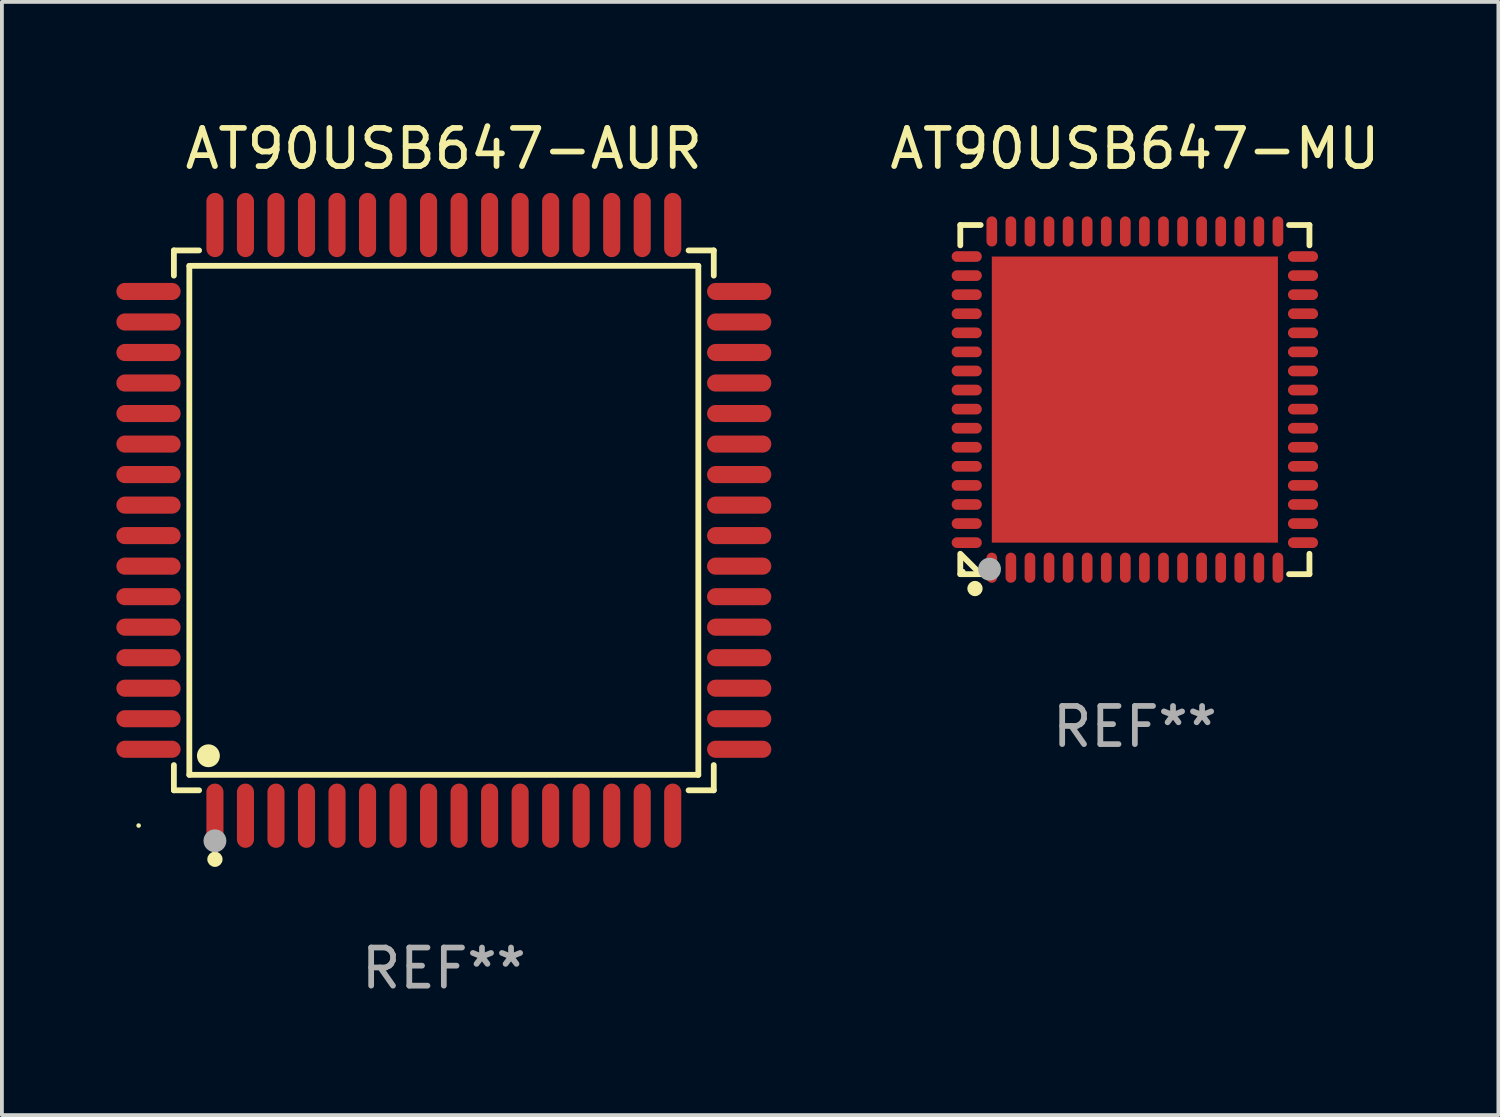
<source format=kicad_pcb>
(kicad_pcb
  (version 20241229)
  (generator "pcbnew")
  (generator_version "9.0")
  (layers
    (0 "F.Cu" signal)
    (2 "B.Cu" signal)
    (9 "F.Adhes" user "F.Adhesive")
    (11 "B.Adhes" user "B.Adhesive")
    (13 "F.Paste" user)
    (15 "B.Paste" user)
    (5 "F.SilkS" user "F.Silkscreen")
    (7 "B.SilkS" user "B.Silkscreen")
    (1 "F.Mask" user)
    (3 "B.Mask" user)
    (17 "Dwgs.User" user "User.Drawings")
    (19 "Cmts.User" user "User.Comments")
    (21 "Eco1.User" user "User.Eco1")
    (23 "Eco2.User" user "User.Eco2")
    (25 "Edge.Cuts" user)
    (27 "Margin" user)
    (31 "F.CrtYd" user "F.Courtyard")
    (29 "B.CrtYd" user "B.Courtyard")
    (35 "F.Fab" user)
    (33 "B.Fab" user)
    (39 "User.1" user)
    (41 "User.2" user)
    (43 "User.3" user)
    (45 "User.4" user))
  (footprint "AT90USB647-MU"
    (layer "F.Cu")
    (at 26.698 7.424)
    (property "Reference" "AT90USB647-MU" (at 0 -6.576 0) (layer "F.SilkS") (effects (font (size 1 1) (thickness 0.15))))
    (attr through_hole)
    (fp_line (start -4.576 -4.576) (end -4.576 -4.042) (stroke (width 0.152) (type solid)) (layer "F.SilkS"))
    (fp_line (start -4.576 4.576) (end -4.576 4.042) (stroke (width 0.152) (type solid)) (layer "F.SilkS"))
    (fp_line (start -4.069 4.549) (end -4.549 4.069) (stroke (width 0.152) (type solid)) (layer "F.SilkS"))
    (fp_line (start -4.042 -4.576) (end -4.576 -4.576) (stroke (width 0.152) (type solid)) (layer "F.SilkS"))
    (fp_line (start -4.042 4.576) (end -4.576 4.576) (stroke (width 0.152) (type solid)) (layer "F.SilkS"))
    (fp_line (start 4.042 -4.576) (end 4.576 -4.576) (stroke (width 0.152) (type solid)) (layer "F.SilkS"))
    (fp_line (start 4.042 4.576) (end 4.576 4.576) (stroke (width 0.152) (type solid)) (layer "F.SilkS"))
    (fp_line (start 4.576 -4.576) (end 4.576 -4.042) (stroke (width 0.152) (type solid)) (layer "F.SilkS"))
    (fp_line (start 4.576 4.576) (end 4.576 4.042) (stroke (width 0.152) (type solid)) (layer "F.SilkS"))
    (fp_circle (center -4.5 4.5) (end -4.47 4.5) (stroke (width 0.06) (type solid)) (fill no) (layer "F.SilkS"))
    (fp_circle (center -4.191 4.953) (end -4.091 4.953) (stroke (width 0.2) (type solid)) (fill no) (layer "F.SilkS"))
    (fp_circle (center -3.81 4.445) (end -3.66 4.445) (stroke (width 0.3) (type solid)) (fill no) (layer "F.Fab"))
    (fp_text user "REF**" (at 0 8.576 0) (layer "F.Fab") (effects (font (size 1 1) (thickness 0.15))))
    (pad "1" smd oval (at -3.75 4.407) (size 0.28 0.79) (layers "F.Cu" "F.Mask" "F.Paste"))
    (pad "2" smd oval (at -3.25 4.407) (size 0.28 0.79) (layers "F.Cu" "F.Mask" "F.Paste"))
    (pad "3" smd oval (at -2.75 4.407) (size 0.28 0.79) (layers "F.Cu" "F.Mask" "F.Paste"))
    (pad "4" smd oval (at -2.25 4.407) (size 0.28 0.79) (layers "F.Cu" "F.Mask" "F.Paste"))
    (pad "5" smd oval (at -1.75 4.407) (size 0.28 0.79) (layers "F.Cu" "F.Mask" "F.Paste"))
    (pad "6" smd oval (at -1.25 4.407) (size 0.28 0.79) (layers "F.Cu" "F.Mask" "F.Paste"))
    (pad "7" smd oval (at -0.75 4.407) (size 0.28 0.79) (layers "F.Cu" "F.Mask" "F.Paste"))
    (pad "8" smd oval (at -0.25 4.407) (size 0.28 0.79) (layers "F.Cu" "F.Mask" "F.Paste"))
    (pad "9" smd oval (at 0.25 4.407) (size 0.28 0.79) (layers "F.Cu" "F.Mask" "F.Paste"))
    (pad "10" smd oval (at 0.75 4.407) (size 0.28 0.79) (layers "F.Cu" "F.Mask" "F.Paste"))
    (pad "11" smd oval (at 1.25 4.407) (size 0.28 0.79) (layers "F.Cu" "F.Mask" "F.Paste"))
    (pad "12" smd oval (at 1.75 4.407) (size 0.28 0.79) (layers "F.Cu" "F.Mask" "F.Paste"))
    (pad "13" smd oval (at 2.25 4.407) (size 0.28 0.79) (layers "F.Cu" "F.Mask" "F.Paste"))
    (pad "14" smd oval (at 2.75 4.407) (size 0.28 0.79) (layers "F.Cu" "F.Mask" "F.Paste"))
    (pad "15" smd oval (at 3.25 4.407) (size 0.28 0.79) (layers "F.Cu" "F.Mask" "F.Paste"))
    (pad "16" smd oval (at 3.75 4.407) (size 0.28 0.79) (layers "F.Cu" "F.Mask" "F.Paste"))
    (pad "17" smd oval (at 4.407 3.75) (size 0.79 0.28) (layers "F.Cu" "F.Mask" "F.Paste"))
    (pad "18" smd oval (at 4.407 3.25) (size 0.79 0.28) (layers "F.Cu" "F.Mask" "F.Paste"))
    (pad "19" smd oval (at 4.407 2.75) (size 0.79 0.28) (layers "F.Cu" "F.Mask" "F.Paste"))
    (pad "20" smd oval (at 4.407 2.25) (size 0.79 0.28) (layers "F.Cu" "F.Mask" "F.Paste"))
    (pad "21" smd oval (at 4.407 1.75) (size 0.79 0.28) (layers "F.Cu" "F.Mask" "F.Paste"))
    (pad "22" smd oval (at 4.407 1.25) (size 0.79 0.28) (layers "F.Cu" "F.Mask" "F.Paste"))
    (pad "23" smd oval (at 4.407 0.75) (size 0.79 0.28) (layers "F.Cu" "F.Mask" "F.Paste"))
    (pad "24" smd oval (at 4.407 0.25) (size 0.79 0.28) (layers "F.Cu" "F.Mask" "F.Paste"))
    (pad "25" smd oval (at 4.407 -0.25) (size 0.79 0.28) (layers "F.Cu" "F.Mask" "F.Paste"))
    (pad "26" smd oval (at 4.407 -0.75) (size 0.79 0.28) (layers "F.Cu" "F.Mask" "F.Paste"))
    (pad "27" smd oval (at 4.407 -1.25) (size 0.79 0.28) (layers "F.Cu" "F.Mask" "F.Paste"))
    (pad "28" smd oval (at 4.407 -1.75) (size 0.79 0.28) (layers "F.Cu" "F.Mask" "F.Paste"))
    (pad "29" smd oval (at 4.407 -2.25) (size 0.79 0.28) (layers "F.Cu" "F.Mask" "F.Paste"))
    (pad "30" smd oval (at 4.407 -2.75) (size 0.79 0.28) (layers "F.Cu" "F.Mask" "F.Paste"))
    (pad "31" smd oval (at 4.407 -3.25) (size 0.79 0.28) (layers "F.Cu" "F.Mask" "F.Paste"))
    (pad "32" smd oval (at 4.407 -3.75) (size 0.79 0.28) (layers "F.Cu" "F.Mask" "F.Paste"))
    (pad "33" smd oval (at 3.75 -4.407) (size 0.28 0.79) (layers "F.Cu" "F.Mask" "F.Paste"))
    (pad "34" smd oval (at 3.25 -4.407) (size 0.28 0.79) (layers "F.Cu" "F.Mask" "F.Paste"))
    (pad "35" smd oval (at 2.75 -4.407) (size 0.28 0.79) (layers "F.Cu" "F.Mask" "F.Paste"))
    (pad "36" smd oval (at 2.25 -4.407) (size 0.28 0.79) (layers "F.Cu" "F.Mask" "F.Paste"))
    (pad "37" smd oval (at 1.75 -4.407) (size 0.28 0.79) (layers "F.Cu" "F.Mask" "F.Paste"))
    (pad "38" smd oval (at 1.25 -4.407) (size 0.28 0.79) (layers "F.Cu" "F.Mask" "F.Paste"))
    (pad "39" smd oval (at 0.75 -4.407) (size 0.28 0.79) (layers "F.Cu" "F.Mask" "F.Paste"))
    (pad "40" smd oval (at 0.25 -4.407) (size 0.28 0.79) (layers "F.Cu" "F.Mask" "F.Paste"))
    (pad "41" smd oval (at -0.25 -4.407) (size 0.28 0.79) (layers "F.Cu" "F.Mask" "F.Paste"))
    (pad "42" smd oval (at -0.75 -4.407) (size 0.28 0.79) (layers "F.Cu" "F.Mask" "F.Paste"))
    (pad "43" smd oval (at -1.25 -4.407) (size 0.28 0.79) (layers "F.Cu" "F.Mask" "F.Paste"))
    (pad "44" smd oval (at -1.75 -4.407) (size 0.28 0.79) (layers "F.Cu" "F.Mask" "F.Paste"))
    (pad "45" smd oval (at -2.25 -4.407) (size 0.28 0.79) (layers "F.Cu" "F.Mask" "F.Paste"))
    (pad "46" smd oval (at -2.75 -4.407) (size 0.28 0.79) (layers "F.Cu" "F.Mask" "F.Paste"))
    (pad "47" smd oval (at -3.25 -4.407) (size 0.28 0.79) (layers "F.Cu" "F.Mask" "F.Paste"))
    (pad "48" smd oval (at -3.75 -4.407) (size 0.28 0.79) (layers "F.Cu" "F.Mask" "F.Paste"))
    (pad "49" smd oval (at -4.407 -3.75) (size 0.79 0.28) (layers "F.Cu" "F.Mask" "F.Paste"))
    (pad "50" smd oval (at -4.407 -3.25) (size 0.79 0.28) (layers "F.Cu" "F.Mask" "F.Paste"))
    (pad "51" smd oval (at -4.407 -2.75) (size 0.79 0.28) (layers "F.Cu" "F.Mask" "F.Paste"))
    (pad "52" smd oval (at -4.407 -2.25) (size 0.79 0.28) (layers "F.Cu" "F.Mask" "F.Paste"))
    (pad "53" smd oval (at -4.407 -1.75) (size 0.79 0.28) (layers "F.Cu" "F.Mask" "F.Paste"))
    (pad "54" smd oval (at -4.407 -1.25) (size 0.79 0.28) (layers "F.Cu" "F.Mask" "F.Paste"))
    (pad "55" smd oval (at -4.407 -0.75) (size 0.79 0.28) (layers "F.Cu" "F.Mask" "F.Paste"))
    (pad "56" smd oval (at -4.407 -0.25) (size 0.79 0.28) (layers "F.Cu" "F.Mask" "F.Paste"))
    (pad "57" smd oval (at -4.407 0.25) (size 0.79 0.28) (layers "F.Cu" "F.Mask" "F.Paste"))
    (pad "58" smd oval (at -4.407 0.75) (size 0.79 0.28) (layers "F.Cu" "F.Mask" "F.Paste"))
    (pad "59" smd oval (at -4.407 1.25) (size 0.79 0.28) (layers "F.Cu" "F.Mask" "F.Paste"))
    (pad "60" smd oval (at -4.407 1.75) (size 0.79 0.28) (layers "F.Cu" "F.Mask" "F.Paste"))
    (pad "61" smd oval (at -4.407 2.25) (size 0.79 0.28) (layers "F.Cu" "F.Mask" "F.Paste"))
    (pad "62" smd oval (at -4.407 2.75) (size 0.79 0.28) (layers "F.Cu" "F.Mask" "F.Paste"))
    (pad "63" smd oval (at -4.407 3.25) (size 0.79 0.28) (layers "F.Cu" "F.Mask" "F.Paste"))
    (pad "64" smd oval (at -4.407 3.75) (size 0.79 0.28) (layers "F.Cu" "F.Mask" "F.Paste"))
    (pad "65" smd rect (at 0 0) (size 7.5 7.5) (layers "F.Cu" "F.Mask" "F.Paste")))
  (footprint "AT90USB647-AUR"
    (layer "F.Cu")
    (at 8.584 10.59)
    (property "Reference" "AT90USB647-AUR" (at 0 -9.742 0) (layer "F.SilkS") (effects (font (size 1 1) (thickness 0.15))))
    (attr through_hole)
    (fp_line (start -7.076 -7.076) (end -6.415 -7.076) (stroke (width 0.152) (type solid)) (layer "F.SilkS"))
    (fp_line (start -7.076 -6.415) (end -7.076 -7.076) (stroke (width 0.152) (type solid)) (layer "F.SilkS"))
    (fp_line (start -7.076 6.415) (end -7.076 7.076) (stroke (width 0.152) (type solid)) (layer "F.SilkS"))
    (fp_line (start -7.076 7.076) (end -6.415 7.076) (stroke (width 0.152) (type solid)) (layer "F.SilkS"))
    (fp_line (start -6.671 -6.671) (end 6.671 -6.671) (stroke (width 0.152) (type solid)) (layer "F.SilkS"))
    (fp_line (start -6.671 6.671) (end -6.671 -6.671) (stroke (width 0.152) (type solid)) (layer "F.SilkS"))
    (fp_line (start 6.671 -6.671) (end 6.671 6.671) (stroke (width 0.152) (type solid)) (layer "F.SilkS"))
    (fp_line (start 6.671 6.671) (end -6.671 6.671) (stroke (width 0.152) (type solid)) (layer "F.SilkS"))
    (fp_line (start 7.076 -7.076) (end 6.415 -7.076) (stroke (width 0.152) (type solid)) (layer "F.SilkS"))
    (fp_line (start 7.076 -6.415) (end 7.076 -7.076) (stroke (width 0.152) (type solid)) (layer "F.SilkS"))
    (fp_line (start 7.076 6.415) (end 7.076 7.076) (stroke (width 0.152) (type solid)) (layer "F.SilkS"))
    (fp_line (start 7.076 7.076) (end 6.415 7.076) (stroke (width 0.152) (type solid)) (layer "F.SilkS"))
    (fp_circle (center -8 8) (end -7.97 8) (stroke (width 0.06) (type solid)) (fill no) (layer "F.SilkS"))
    (fp_circle (center -6.171 6.171) (end -6.021 6.171) (stroke (width 0.3) (type solid)) (fill no) (layer "F.SilkS"))
    (fp_circle (center -6 8.884) (end -5.9 8.884) (stroke (width 0.2) (type solid)) (fill no) (layer "F.SilkS"))
    (fp_circle (center -6 8.4) (end -5.85 8.4) (stroke (width 0.3) (type solid)) (fill no) (layer "F.Fab"))
    (fp_text user "REF**" (at 0 11.742 0) (layer "F.Fab") (effects (font (size 1 1) (thickness 0.15))))
    (pad "1" smd oval (at -6 7.742) (size 0.448 1.684) (layers "F.Cu" "F.Mask" "F.Paste"))
    (pad "2" smd oval (at -5.2 7.742) (size 0.448 1.684) (layers "F.Cu" "F.Mask" "F.Paste"))
    (pad "3" smd oval (at -4.4 7.742) (size 0.448 1.684) (layers "F.Cu" "F.Mask" "F.Paste"))
    (pad "4" smd oval (at -3.6 7.742) (size 0.448 1.684) (layers "F.Cu" "F.Mask" "F.Paste"))
    (pad "5" smd oval (at -2.8 7.742) (size 0.448 1.684) (layers "F.Cu" "F.Mask" "F.Paste"))
    (pad "6" smd oval (at -2 7.742) (size 0.448 1.684) (layers "F.Cu" "F.Mask" "F.Paste"))
    (pad "7" smd oval (at -1.2 7.742) (size 0.448 1.684) (layers "F.Cu" "F.Mask" "F.Paste"))
    (pad "8" smd oval (at -0.4 7.742) (size 0.448 1.684) (layers "F.Cu" "F.Mask" "F.Paste"))
    (pad "9" smd oval (at 0.4 7.742) (size 0.448 1.684) (layers "F.Cu" "F.Mask" "F.Paste"))
    (pad "10" smd oval (at 1.2 7.742) (size 0.448 1.684) (layers "F.Cu" "F.Mask" "F.Paste"))
    (pad "11" smd oval (at 2 7.742) (size 0.448 1.684) (layers "F.Cu" "F.Mask" "F.Paste"))
    (pad "12" smd oval (at 2.8 7.742) (size 0.448 1.684) (layers "F.Cu" "F.Mask" "F.Paste"))
    (pad "13" smd oval (at 3.6 7.742) (size 0.448 1.684) (layers "F.Cu" "F.Mask" "F.Paste"))
    (pad "14" smd oval (at 4.4 7.742) (size 0.448 1.684) (layers "F.Cu" "F.Mask" "F.Paste"))
    (pad "15" smd oval (at 5.2 7.742) (size 0.448 1.684) (layers "F.Cu" "F.Mask" "F.Paste"))
    (pad "16" smd oval (at 6 7.742) (size 0.448 1.684) (layers "F.Cu" "F.Mask" "F.Paste"))
    (pad "17" smd oval (at 7.742 6) (size 1.684 0.448) (layers "F.Cu" "F.Mask" "F.Paste"))
    (pad "18" smd oval (at 7.742 5.2) (size 1.684 0.448) (layers "F.Cu" "F.Mask" "F.Paste"))
    (pad "19" smd oval (at 7.742 4.4) (size 1.684 0.448) (layers "F.Cu" "F.Mask" "F.Paste"))
    (pad "20" smd oval (at 7.742 3.6) (size 1.684 0.448) (layers "F.Cu" "F.Mask" "F.Paste"))
    (pad "21" smd oval (at 7.742 2.8) (size 1.684 0.448) (layers "F.Cu" "F.Mask" "F.Paste"))
    (pad "22" smd oval (at 7.742 2) (size 1.684 0.448) (layers "F.Cu" "F.Mask" "F.Paste"))
    (pad "23" smd oval (at 7.742 1.2) (size 1.684 0.448) (layers "F.Cu" "F.Mask" "F.Paste"))
    (pad "24" smd oval (at 7.742 0.4) (size 1.684 0.448) (layers "F.Cu" "F.Mask" "F.Paste"))
    (pad "25" smd oval (at 7.742 -0.4) (size 1.684 0.448) (layers "F.Cu" "F.Mask" "F.Paste"))
    (pad "26" smd oval (at 7.742 -1.2) (size 1.684 0.448) (layers "F.Cu" "F.Mask" "F.Paste"))
    (pad "27" smd oval (at 7.742 -2) (size 1.684 0.448) (layers "F.Cu" "F.Mask" "F.Paste"))
    (pad "28" smd oval (at 7.742 -2.8) (size 1.684 0.448) (layers "F.Cu" "F.Mask" "F.Paste"))
    (pad "29" smd oval (at 7.742 -3.6) (size 1.684 0.448) (layers "F.Cu" "F.Mask" "F.Paste"))
    (pad "30" smd oval (at 7.742 -4.4) (size 1.684 0.448) (layers "F.Cu" "F.Mask" "F.Paste"))
    (pad "31" smd oval (at 7.742 -5.2) (size 1.684 0.448) (layers "F.Cu" "F.Mask" "F.Paste"))
    (pad "32" smd oval (at 7.742 -6) (size 1.684 0.448) (layers "F.Cu" "F.Mask" "F.Paste"))
    (pad "33" smd oval (at 6 -7.742) (size 0.448 1.684) (layers "F.Cu" "F.Mask" "F.Paste"))
    (pad "34" smd oval (at 5.2 -7.742) (size 0.448 1.684) (layers "F.Cu" "F.Mask" "F.Paste"))
    (pad "35" smd oval (at 4.4 -7.742) (size 0.448 1.684) (layers "F.Cu" "F.Mask" "F.Paste"))
    (pad "36" smd oval (at 3.6 -7.742) (size 0.448 1.684) (layers "F.Cu" "F.Mask" "F.Paste"))
    (pad "37" smd oval (at 2.8 -7.742) (size 0.448 1.684) (layers "F.Cu" "F.Mask" "F.Paste"))
    (pad "38" smd oval (at 2 -7.742) (size 0.448 1.684) (layers "F.Cu" "F.Mask" "F.Paste"))
    (pad "39" smd oval (at 1.2 -7.742) (size 0.448 1.684) (layers "F.Cu" "F.Mask" "F.Paste"))
    (pad "40" smd oval (at 0.4 -7.742) (size 0.448 1.684) (layers "F.Cu" "F.Mask" "F.Paste"))
    (pad "41" smd oval (at -0.4 -7.742) (size 0.448 1.684) (layers "F.Cu" "F.Mask" "F.Paste"))
    (pad "42" smd oval (at -1.2 -7.742) (size 0.448 1.684) (layers "F.Cu" "F.Mask" "F.Paste"))
    (pad "43" smd oval (at -2 -7.742) (size 0.448 1.684) (layers "F.Cu" "F.Mask" "F.Paste"))
    (pad "44" smd oval (at -2.8 -7.742) (size 0.448 1.684) (layers "F.Cu" "F.Mask" "F.Paste"))
    (pad "45" smd oval (at -3.6 -7.742) (size 0.448 1.684) (layers "F.Cu" "F.Mask" "F.Paste"))
    (pad "46" smd oval (at -4.4 -7.742) (size 0.448 1.684) (layers "F.Cu" "F.Mask" "F.Paste"))
    (pad "47" smd oval (at -5.2 -7.742) (size 0.448 1.684) (layers "F.Cu" "F.Mask" "F.Paste"))
    (pad "48" smd oval (at -6 -7.742) (size 0.448 1.684) (layers "F.Cu" "F.Mask" "F.Paste"))
    (pad "49" smd oval (at -7.742 -6) (size 1.684 0.448) (layers "F.Cu" "F.Mask" "F.Paste"))
    (pad "50" smd oval (at -7.742 -5.2) (size 1.684 0.448) (layers "F.Cu" "F.Mask" "F.Paste"))
    (pad "51" smd oval (at -7.742 -4.4) (size 1.684 0.448) (layers "F.Cu" "F.Mask" "F.Paste"))
    (pad "52" smd oval (at -7.742 -3.6) (size 1.684 0.448) (layers "F.Cu" "F.Mask" "F.Paste"))
    (pad "53" smd oval (at -7.742 -2.8) (size 1.684 0.448) (layers "F.Cu" "F.Mask" "F.Paste"))
    (pad "54" smd oval (at -7.742 -2) (size 1.684 0.448) (layers "F.Cu" "F.Mask" "F.Paste"))
    (pad "55" smd oval (at -7.742 -1.2) (size 1.684 0.448) (layers "F.Cu" "F.Mask" "F.Paste"))
    (pad "56" smd oval (at -7.742 -0.4) (size 1.684 0.448) (layers "F.Cu" "F.Mask" "F.Paste"))
    (pad "57" smd oval (at -7.742 0.4) (size 1.684 0.448) (layers "F.Cu" "F.Mask" "F.Paste"))
    (pad "58" smd oval (at -7.742 1.2) (size 1.684 0.448) (layers "F.Cu" "F.Mask" "F.Paste"))
    (pad "59" smd oval (at -7.742 2) (size 1.684 0.448) (layers "F.Cu" "F.Mask" "F.Paste"))
    (pad "60" smd oval (at -7.742 2.8) (size 1.684 0.448) (layers "F.Cu" "F.Mask" "F.Paste"))
    (pad "61" smd oval (at -7.742 3.6) (size 1.684 0.448) (layers "F.Cu" "F.Mask" "F.Paste"))
    (pad "62" smd oval (at -7.742 4.4) (size 1.684 0.448) (layers "F.Cu" "F.Mask" "F.Paste"))
    (pad "63" smd oval (at -7.742 5.2) (size 1.684 0.448) (layers "F.Cu" "F.Mask" "F.Paste"))
    (pad "64" smd oval (at -7.742 6) (size 1.684 0.448) (layers "F.Cu" "F.Mask" "F.Paste")))
  (gr_rect
    (start -3 -3)
    (end 36.227 26.18)
    (stroke (width 0.1) (type default))
    (fill no)
    (layer "Edge.Cuts")))
</source>
